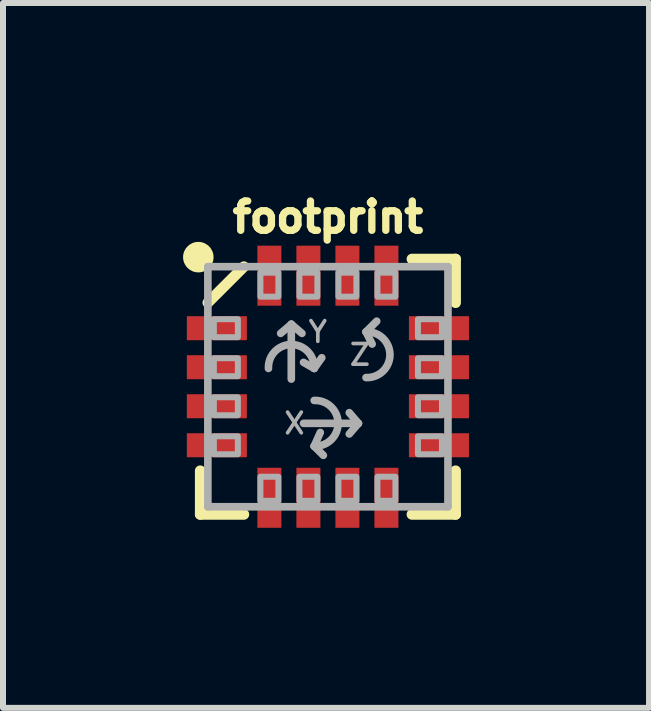
<source format=kicad_pcb>
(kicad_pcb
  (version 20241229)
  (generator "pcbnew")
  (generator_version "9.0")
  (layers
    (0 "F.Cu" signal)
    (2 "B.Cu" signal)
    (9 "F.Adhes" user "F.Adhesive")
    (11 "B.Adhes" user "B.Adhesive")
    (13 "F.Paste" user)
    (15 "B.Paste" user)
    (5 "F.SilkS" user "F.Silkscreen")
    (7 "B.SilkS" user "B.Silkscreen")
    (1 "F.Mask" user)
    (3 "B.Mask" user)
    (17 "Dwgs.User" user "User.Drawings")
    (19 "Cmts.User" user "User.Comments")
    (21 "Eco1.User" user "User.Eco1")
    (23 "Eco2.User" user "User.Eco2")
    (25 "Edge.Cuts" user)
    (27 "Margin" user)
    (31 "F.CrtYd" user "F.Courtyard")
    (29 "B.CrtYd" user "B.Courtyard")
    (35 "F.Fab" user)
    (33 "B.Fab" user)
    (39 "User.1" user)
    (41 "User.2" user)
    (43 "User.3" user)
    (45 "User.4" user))
  (footprint "footprint"
    (layer "F.Cu")
    (at 2.413 3.393)
    (property "Reference" "footprint" (at 0 -2.54 0) (layer "F.SilkS") (effects (font (size 0.488 0.488) (thickness 0.122)) (justify bottom)))
    (fp_line (start -2.127 2.127) (end -2.127 1.4) (stroke (width 0.178) (type solid)) (layer "F.SilkS"))
    (fp_line (start -2.127 2.127) (end -1.4 2.127) (stroke (width 0.178) (type solid)) (layer "F.SilkS"))
    (fp_line (start -2 -1.4) (end -1.4 -2) (stroke (width 0.178) (type solid)) (layer "F.SilkS"))
    (fp_line (start 2.127 -2.127) (end 1.4 -2.127) (stroke (width 0.178) (type solid)) (layer "F.SilkS"))
    (fp_line (start 2.127 -2.127) (end 2.127 -1.4) (stroke (width 0.178) (type solid)) (layer "F.SilkS"))
    (fp_line (start 2.127 2.127) (end 1.4 2.127) (stroke (width 0.178) (type solid)) (layer "F.SilkS"))
    (fp_line (start 2.127 2.127) (end 2.127 1.4) (stroke (width 0.178) (type solid)) (layer "F.SilkS"))
    (fp_circle (center -2.159 -2.159) (end -2.032 -2.159) (stroke (width 0.254) (type solid)) (fill yes) (layer "F.SilkS"))
    (fp_line (start -2 -2) (end 2 -2) (stroke (width 0.127) (type solid)) (layer "F.Fab"))
    (fp_line (start -2 2) (end -2 -2) (stroke (width 0.127) (type solid)) (layer "F.Fab"))
    (fp_line (start -0.61 -1.041) (end -0.787 -0.889) (stroke (width 0.127) (type solid)) (layer "F.Fab"))
    (fp_line (start -0.61 -1.041) (end -0.61 -0.127) (stroke (width 0.127) (type solid)) (layer "F.Fab"))
    (fp_line (start -0.61 -1.041) (end -0.432 -0.889) (stroke (width 0.127) (type solid)) (layer "F.Fab"))
    (fp_line (start -0.229 -0.305) (end -0.406 -0.406) (stroke (width 0.127) (type solid)) (layer "F.Fab"))
    (fp_line (start -0.229 -0.305) (end -0.102 -0.483) (stroke (width 0.127) (type solid)) (layer "F.Fab"))
    (fp_line (start -0.229 0.991) (end -0.127 0.762) (stroke (width 0.127) (type solid)) (layer "F.Fab"))
    (fp_line (start -0.229 0.991) (end -0.076 1.143) (stroke (width 0.127) (type solid)) (layer "F.Fab"))
    (fp_line (start 0.508 0.61) (end -0.406 0.61) (stroke (width 0.127) (type solid)) (layer "F.Fab"))
    (fp_line (start 0.508 0.61) (end 0.356 0.432) (stroke (width 0.127) (type solid)) (layer "F.Fab"))
    (fp_line (start 0.508 0.61) (end 0.356 0.787) (stroke (width 0.127) (type solid)) (layer "F.Fab"))
    (fp_line (start 0.635 -0.914) (end 0.737 -0.711) (stroke (width 0.127) (type solid)) (layer "F.Fab"))
    (fp_line (start 0.635 -0.914) (end 0.813 -1.092) (stroke (width 0.127) (type solid)) (layer "F.Fab"))
    (fp_line (start 2 -2) (end 2 2) (stroke (width 0.127) (type solid)) (layer "F.Fab"))
    (fp_line (start 2 2) (end -2 2) (stroke (width 0.127) (type solid)) (layer "F.Fab"))
    (fp_arc (start -0.9906 -0.304798) (mid -0.609601 -0.70391) (end -0.2286 -0.3048) (stroke (width 0.127) (type solid)) (layer "F.Fab"))
    (fp_arc (start -0.2286 0.2286) (mid 0.170511 0.6096) (end -0.2286 0.9906) (stroke (width 0.127) (type solid)) (layer "F.Fab"))
    (fp_arc (start 0.634998 -0.9144) (mid 1.03411 -0.533401) (end 0.635 -0.1524) (stroke (width 0.127) (type solid)) (layer "F.Fab"))
    (fp_poly (pts (xy -1.9 -0.825) (xy -1.5 -0.825) (xy -1.5 -1.125) (xy -1.9 -1.125)) (stroke (width 0.1) (type solid)) (fill no) (layer "F.Fab"))
    (fp_poly (pts (xy -1.9 -0.175) (xy -1.5 -0.175) (xy -1.5 -0.475) (xy -1.9 -0.475)) (stroke (width 0.1) (type solid)) (fill no) (layer "F.Fab"))
    (fp_poly (pts (xy -1.9 0.475) (xy -1.5 0.475) (xy -1.5 0.175) (xy -1.9 0.175)) (stroke (width 0.1) (type solid)) (fill no) (layer "F.Fab"))
    (fp_poly (pts (xy -1.9 1.125) (xy -1.5 1.125) (xy -1.5 0.825) (xy -1.9 0.825)) (stroke (width 0.1) (type solid)) (fill no) (layer "F.Fab"))
    (fp_poly (pts (xy -1.125 -1.9) (xy -1.125 -1.5) (xy -0.825 -1.5) (xy -0.825 -1.9)) (stroke (width 0.1) (type solid)) (fill no) (layer "F.Fab"))
    (fp_poly (pts (xy -0.825 1.9) (xy -0.825 1.5) (xy -1.125 1.5) (xy -1.125 1.9)) (stroke (width 0.1) (type solid)) (fill no) (layer "F.Fab"))
    (fp_poly (pts (xy -0.475 -1.9) (xy -0.475 -1.5) (xy -0.175 -1.5) (xy -0.175 -1.9)) (stroke (width 0.1) (type solid)) (fill no) (layer "F.Fab"))
    (fp_poly (pts (xy -0.175 1.9) (xy -0.175 1.5) (xy -0.475 1.5) (xy -0.475 1.9)) (stroke (width 0.1) (type solid)) (fill no) (layer "F.Fab"))
    (fp_poly (pts (xy 0.175 -1.9) (xy 0.175 -1.5) (xy 0.475 -1.5) (xy 0.475 -1.9)) (stroke (width 0.1) (type solid)) (fill no) (layer "F.Fab"))
    (fp_poly (pts (xy 0.475 1.9) (xy 0.475 1.5) (xy 0.175 1.5) (xy 0.175 1.9)) (stroke (width 0.1) (type solid)) (fill no) (layer "F.Fab"))
    (fp_poly (pts (xy 0.825 -1.9) (xy 0.825 -1.5) (xy 1.125 -1.5) (xy 1.125 -1.9)) (stroke (width 0.1) (type solid)) (fill no) (layer "F.Fab"))
    (fp_poly (pts (xy 1.125 1.9) (xy 1.125 1.5) (xy 0.825 1.5) (xy 0.825 1.9)) (stroke (width 0.1) (type solid)) (fill no) (layer "F.Fab"))
    (fp_poly (pts (xy 1.9 -1.125) (xy 1.5 -1.125) (xy 1.5 -0.825) (xy 1.9 -0.825)) (stroke (width 0.1) (type solid)) (fill no) (layer "F.Fab"))
    (fp_poly (pts (xy 1.9 -0.475) (xy 1.5 -0.475) (xy 1.5 -0.175) (xy 1.9 -0.175)) (stroke (width 0.1) (type solid)) (fill no) (layer "F.Fab"))
    (fp_poly (pts (xy 1.9 0.175) (xy 1.5 0.175) (xy 1.5 0.475) (xy 1.9 0.475)) (stroke (width 0.1) (type solid)) (fill no) (layer "F.Fab"))
    (fp_poly (pts (xy 1.9 0.825) (xy 1.5 0.825) (xy 1.5 1.125) (xy 1.9 1.125)) (stroke (width 0.1) (type solid)) (fill no) (layer "F.Fab"))
    (fp_text user "Y" (at -0.356 -0.711 0) (layer "F.Fab") (effects (font (size 0.345 0.345) (thickness 0.061)) (justify left bottom)))
    (fp_text user "X" (at -0.762 0.813 0) (layer "F.Fab") (effects (font (size 0.345 0.345) (thickness 0.061)) (justify left bottom)))
    (fp_text user "Z" (at 0.33 -0.33 0) (layer "F.Fab") (effects (font (size 0.345 0.345) (thickness 0.061)) (justify left bottom)))
    (pad "1" smd rect (at -1.85 -0.975 180) (size 1 0.4) (layers "F.Cu" "F.Mask" "F.Paste"))
    (pad "2" smd rect (at -1.85 -0.325 180) (size 1 0.4) (layers "F.Cu" "F.Mask" "F.Paste"))
    (pad "3" smd rect (at -1.85 0.325 180) (size 1 0.4) (layers "F.Cu" "F.Mask" "F.Paste"))
    (pad "4" smd rect (at -1.85 0.975 180) (size 1 0.4) (layers "F.Cu" "F.Mask" "F.Paste"))
    (pad "5" smd rect (at -0.975 1.85 270) (size 1 0.4) (layers "F.Cu" "F.Mask" "F.Paste"))
    (pad "6" smd rect (at -0.325 1.85 270) (size 1 0.4) (layers "F.Cu" "F.Mask" "F.Paste"))
    (pad "7" smd rect (at 0.325 1.85 270) (size 1 0.4) (layers "F.Cu" "F.Mask" "F.Paste"))
    (pad "8" smd rect (at 0.975 1.85 270) (size 1 0.4) (layers "F.Cu" "F.Mask" "F.Paste"))
    (pad "9" smd rect (at 1.85 0.975) (size 1 0.4) (layers "F.Cu" "F.Mask" "F.Paste"))
    (pad "10" smd rect (at 1.85 0.325) (size 1 0.4) (layers "F.Cu" "F.Mask" "F.Paste"))
    (pad "11" smd rect (at 1.85 -0.325) (size 1 0.4) (layers "F.Cu" "F.Mask" "F.Paste"))
    (pad "12" smd rect (at 1.85 -0.975) (size 1 0.4) (layers "F.Cu" "F.Mask" "F.Paste"))
    (pad "13" smd rect (at 0.975 -1.85 90) (size 1 0.4) (layers "F.Cu" "F.Mask" "F.Paste"))
    (pad "14" smd rect (at 0.325 -1.85 90) (size 1 0.4) (layers "F.Cu" "F.Mask" "F.Paste"))
    (pad "15" smd rect (at -0.325 -1.85 90) (size 1 0.4) (layers "F.Cu" "F.Mask" "F.Paste"))
    (pad "16" smd rect (at -0.975 -1.85 90) (size 1 0.4) (layers "F.Cu" "F.Mask" "F.Paste")))
  (gr_rect
    (start -3 -3)
    (end 7.763 8.743)
    (stroke (width 0.1) (type default))
    (fill no)
    (layer "Edge.Cuts")))
</source>
